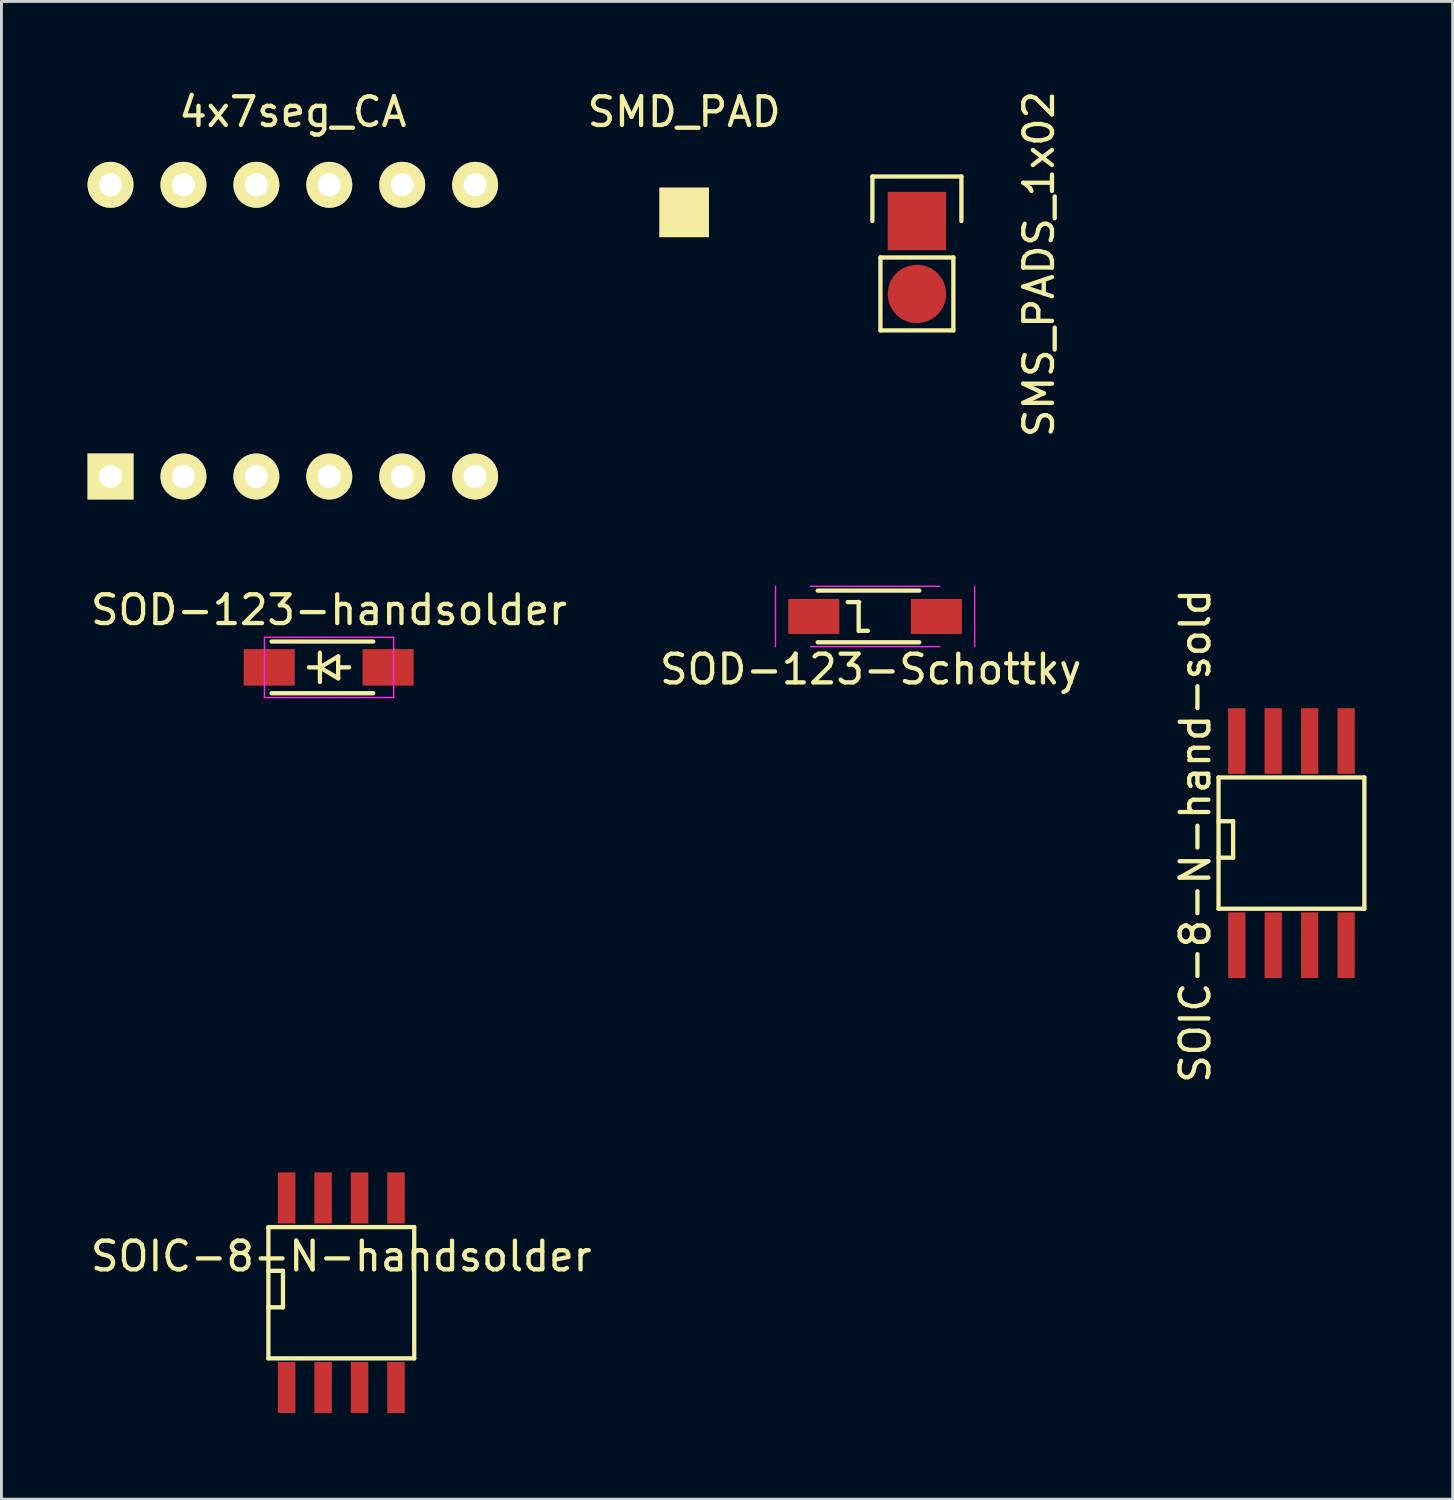
<source format=kicad_pcb>
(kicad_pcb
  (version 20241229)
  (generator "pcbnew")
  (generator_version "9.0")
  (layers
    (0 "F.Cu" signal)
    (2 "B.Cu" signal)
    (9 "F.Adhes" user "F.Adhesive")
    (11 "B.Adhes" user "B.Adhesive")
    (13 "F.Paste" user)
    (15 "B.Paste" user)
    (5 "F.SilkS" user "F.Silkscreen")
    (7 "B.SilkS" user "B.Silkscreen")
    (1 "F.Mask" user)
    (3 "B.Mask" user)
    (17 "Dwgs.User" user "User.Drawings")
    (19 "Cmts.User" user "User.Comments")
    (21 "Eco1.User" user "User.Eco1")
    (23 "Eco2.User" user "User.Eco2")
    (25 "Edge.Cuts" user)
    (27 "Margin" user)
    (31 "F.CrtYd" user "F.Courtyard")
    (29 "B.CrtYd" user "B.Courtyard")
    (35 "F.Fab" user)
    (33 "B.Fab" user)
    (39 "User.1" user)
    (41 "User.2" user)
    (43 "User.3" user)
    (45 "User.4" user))
  (footprint "SOIC-8-N-hand-sold"
    (layer "F.Cu")
    (at 41.936 26.318)
    (property "Reference" "SOIC-8-N-hand-sold" (at -3.35 -0.25 90) (layer "F.SilkS") (effects (font (size 1 1) (thickness 0.15))))
    (attr smd)
    (fp_line (start -2.54 -2.286) (end 2.54 -2.286) (stroke (width 0.15) (type solid)) (layer "F.SilkS"))
    (fp_line (start -2.54 -0.762) (end -2.032 -0.762) (stroke (width 0.15) (type solid)) (layer "F.SilkS"))
    (fp_line (start -2.54 2.286) (end -2.54 -2.286) (stroke (width 0.15) (type solid)) (layer "F.SilkS"))
    (fp_line (start -2.032 -0.762) (end -2.032 0.508) (stroke (width 0.15) (type solid)) (layer "F.SilkS"))
    (fp_line (start -2.032 0.508) (end -2.54 0.508) (stroke (width 0.15) (type solid)) (layer "F.SilkS"))
    (fp_line (start 2.54 -2.286) (end 2.54 2.286) (stroke (width 0.15) (type solid)) (layer "F.SilkS"))
    (fp_line (start 2.54 2.286) (end -2.54 2.286) (stroke (width 0.15) (type solid)) (layer "F.SilkS"))
    (pad "1" smd rect (at -1.905 3.556) (size 0.6 2.286) (layers "F.Cu" "F.Mask" "F.Paste"))
    (pad "2" smd rect (at -0.635 3.556) (size 0.6 2.286) (layers "F.Cu" "F.Mask" "F.Paste"))
    (pad "3" smd rect (at 0.635 3.556) (size 0.6 2.286) (layers "F.Cu" "F.Mask" "F.Paste"))
    (pad "4" smd rect (at 1.905 3.556) (size 0.6 2.286) (layers "F.Cu" "F.Mask" "F.Paste"))
    (pad "5" smd rect (at 1.905 -3.556) (size 0.6 2.286) (layers "F.Cu" "F.Mask" "F.Paste"))
    (pad "6" smd rect (at 0.635 -3.556) (size 0.6 2.286) (layers "F.Cu" "F.Mask" "F.Paste"))
    (pad "7" smd rect (at -0.635 -3.556) (size 0.6 2.286) (layers "F.Cu" "F.Mask" "F.Paste"))
    (pad "8" smd rect (at -1.905 -3.556) (size 0.6 2.286) (layers "F.Cu" "F.Mask" "F.Paste")))
  (footprint "SMS_PADS_1x02"
    (layer "F.Cu")
    (at 28.889 4.649)
    (property "Reference" "SMS_PADS_1x02" (at 4.25 1.5 270) (layer "F.SilkS") (effects (font (size 1 1) (thickness 0.15))))
    (attr through_hole)
    (fp_line (start -1.55 -1.55) (end 1.55 -1.55) (stroke (width 0.15) (type solid)) (layer "F.SilkS"))
    (fp_line (start -1.55 0) (end -1.55 -1.55) (stroke (width 0.15) (type solid)) (layer "F.SilkS"))
    (fp_line (start -1.27 1.27) (end -1.27 3.81) (stroke (width 0.15) (type solid)) (layer "F.SilkS"))
    (fp_line (start -1.27 3.81) (end 1.27 3.81) (stroke (width 0.15) (type solid)) (layer "F.SilkS"))
    (fp_line (start 1.27 1.27) (end -1.27 1.27) (stroke (width 0.15) (type solid)) (layer "F.SilkS"))
    (fp_line (start 1.27 1.27) (end 1.27 3.81) (stroke (width 0.15) (type solid)) (layer "F.SilkS"))
    (fp_line (start 1.55 -1.55) (end 1.55 0) (stroke (width 0.15) (type solid)) (layer "F.SilkS"))
    (pad "1" smd rect (at 0 0) (size 2.032 2.032) (layers "F.Cu" "F.Mask" "F.Paste"))
    (pad "2" smd oval (at 0 2.54) (size 2.032 2.032) (layers "F.Cu" "F.Mask" "F.Paste")))
  (footprint "SOD-123-handsolder"
    (layer "F.Cu")
    (at 8.411 20.197)
    (property "Reference" "SOD-123-handsolder" (at 0 -2 0) (layer "F.SilkS") (effects (font (size 1 1) (thickness 0.15))))
    (attr smd)
    (fp_line (start -2 -0.9) (end 1.54 -0.9) (stroke (width 0.15) (type solid)) (layer "F.SilkS"))
    (fp_line (start -2 0.9) (end 1.54 0.9) (stroke (width 0.15) (type solid)) (layer "F.SilkS"))
    (fp_line (start -0.699 0) (end -0.318 0) (stroke (width 0.15) (type solid)) (layer "F.SilkS"))
    (fp_line (start -0.318 -0.508) (end -0.318 0.508) (stroke (width 0.15) (type solid)) (layer "F.SilkS"))
    (fp_line (start -0.318 0) (end 0.318 -0.381) (stroke (width 0.15) (type solid)) (layer "F.SilkS"))
    (fp_line (start 0.318 -0.381) (end 0.318 0.381) (stroke (width 0.15) (type solid)) (layer "F.SilkS"))
    (fp_line (start 0.318 0) (end 0.699 0) (stroke (width 0.15) (type solid)) (layer "F.SilkS"))
    (fp_line (start 0.318 0.381) (end -0.318 0) (stroke (width 0.15) (type solid)) (layer "F.SilkS"))
    (fp_line (start -2.25 -1.05) (end -2.25 1.05) (stroke (width 0.05) (type solid)) (layer "F.CrtYd"))
    (fp_line (start -2.25 -1.05) (end 2.25 -1.05) (stroke (width 0.05) (type solid)) (layer "F.CrtYd"))
    (fp_line (start 2.25 -1.05) (end 2.25 1.05) (stroke (width 0.05) (type solid)) (layer "F.CrtYd"))
    (fp_line (start 2.25 1.05) (end -2.25 1.05) (stroke (width 0.05) (type solid)) (layer "F.CrtYd"))
    (pad "1" smd rect (at -2.083 0) (size 1.778 1.27) (layers "F.Cu" "F.Mask" "F.Paste"))
    (pad "2" smd rect (at 2.057 0) (size 1.778 1.27) (layers "F.Cu" "F.Mask" "F.Paste")))
  (footprint "SOD-123-Schottky"
    (layer "F.Cu")
    (at 27.432 18.423)
    (property "Reference" "SOD-123-Schottky" (at -0.152 1.841 0) (layer "F.SilkS") (effects (font (size 1 1) (thickness 0.15))))
    (attr smd)
    (fp_line (start -2 -0.9) (end 1.54 -0.9) (stroke (width 0.15) (type solid)) (layer "F.SilkS"))
    (fp_line (start -2 0.9) (end 1.54 0.9) (stroke (width 0.15) (type solid)) (layer "F.SilkS"))
    (fp_line (start -0.572 -0.508) (end -0.572 0.508) (stroke (width 0.15) (type solid)) (layer "F.SilkS"))
    (fp_line (start -0.554 -0.5) (end -0.954 -0.5) (stroke (width 0.15) (type solid)) (layer "F.SilkS"))
    (fp_line (start -0.554 0.5) (end -0.254 0.5) (stroke (width 0.15) (type solid)) (layer "F.SilkS"))
    (fp_line (start -3.469 -1.05) (end -3.469 1.05) (stroke (width 0.05) (type solid)) (layer "F.CrtYd"))
    (fp_line (start -2.25 -1.05) (end 2.25 -1.05) (stroke (width 0.05) (type solid)) (layer "F.CrtYd"))
    (fp_line (start 2.25 1.05) (end -2.25 1.05) (stroke (width 0.05) (type solid)) (layer "F.CrtYd"))
    (fp_line (start 3.469 -1.05) (end 3.469 1.05) (stroke (width 0.05) (type solid)) (layer "F.CrtYd"))
    (pad "1" smd rect (at -2.134 0) (size 1.778 1.219) (layers "F.Cu" "F.Mask" "F.Paste"))
    (pad "2" smd rect (at 2.134 0) (size 1.778 1.219) (layers "F.Cu" "F.Mask" "F.Paste")))
  (footprint "4x7seg_CA"
    (layer "F.Cu")
    (at 0.8 13.548)
    (property "Reference" "4x7seg_CA" (at 6.35 -12.7 0) (layer "F.SilkS") (effects (font (size 1 1) (thickness 0.15))))
    (attr through_hole)
    (pad "1" thru_hole rect (at 0 0) (size 1.6 1.6) (drill 0.8) (layers "*.Cu" "*.Mask" "F.SilkS"))
    (pad "2" thru_hole circle (at 2.54 0) (size 1.6 1.6) (drill 0.8) (layers "*.Cu" "*.Mask" "F.SilkS"))
    (pad "3" thru_hole circle (at 5.08 0) (size 1.6 1.6) (drill 0.8) (layers "*.Cu" "*.Mask" "F.SilkS"))
    (pad "4" thru_hole circle (at 7.62 0) (size 1.6 1.6) (drill 0.8) (layers "*.Cu" "*.Mask" "F.SilkS"))
    (pad "5" thru_hole circle (at 10.16 0) (size 1.6 1.6) (drill 0.8) (layers "*.Cu" "*.Mask" "F.SilkS"))
    (pad "6" thru_hole circle (at 12.7 0) (size 1.6 1.6) (drill 0.8) (layers "*.Cu" "*.Mask" "F.SilkS"))
    (pad "7" thru_hole circle (at 12.7 -10.16) (size 1.6 1.6) (drill 0.8) (layers "*.Cu" "*.Mask" "F.SilkS"))
    (pad "8" thru_hole circle (at 10.16 -10.16) (size 1.6 1.6) (drill 0.8) (layers "*.Cu" "*.Mask" "F.SilkS"))
    (pad "9" thru_hole circle (at 7.62 -10.16) (size 1.6 1.6) (drill 0.8) (layers "*.Cu" "*.Mask" "F.SilkS"))
    (pad "10" thru_hole circle (at 5.08 -10.16) (size 1.6 1.6) (drill 0.8) (layers "*.Cu" "*.Mask" "F.SilkS"))
    (pad "11" thru_hole circle (at 2.54 -10.16) (size 1.6 1.6) (drill 0.8) (layers "*.Cu" "*.Mask" "F.SilkS"))
    (pad "12" thru_hole circle (at 0 -10.16) (size 1.6 1.6) (drill 0.8) (layers "*.Cu" "*.Mask" "F.SilkS")))
  (footprint "SMD_PAD"
    (layer "F.Cu")
    (at 20.782 4.348)
    (property "Reference" "SMD_PAD" (at 0 -3.5 0) (layer "F.SilkS") (effects (font (size 1 1) (thickness 0.15))))
    (attr through_hole)
    (pad "1" smd rect (at 0 0) (size 1.727 1.727) (layers "F.Cu" "F.Mask" "F.SilkS" "F.Paste")))
  (footprint "SOIC-8-N-handsolder"
    (layer "F.Cu")
    (at 8.839 41.98)
    (property "Reference" "SOIC-8-N-handsolder" (at 0 -1.27 0) (layer "F.SilkS") (effects (font (size 1 1) (thickness 0.15))))
    (attr smd)
    (fp_line (start -2.54 -2.286) (end 2.54 -2.286) (stroke (width 0.15) (type solid)) (layer "F.SilkS"))
    (fp_line (start -2.54 -0.762) (end -2.032 -0.762) (stroke (width 0.15) (type solid)) (layer "F.SilkS"))
    (fp_line (start -2.54 2.286) (end -2.54 -2.286) (stroke (width 0.15) (type solid)) (layer "F.SilkS"))
    (fp_line (start -2.032 -0.762) (end -2.032 0.508) (stroke (width 0.15) (type solid)) (layer "F.SilkS"))
    (fp_line (start -2.032 0.508) (end -2.54 0.508) (stroke (width 0.15) (type solid)) (layer "F.SilkS"))
    (fp_line (start 2.54 -2.286) (end 2.54 2.286) (stroke (width 0.15) (type solid)) (layer "F.SilkS"))
    (fp_line (start 2.54 2.286) (end -2.54 2.286) (stroke (width 0.15) (type solid)) (layer "F.SilkS"))
    (pad "1" smd rect (at -1.905 3.302) (size 0.61 1.778) (layers "F.Cu" "F.Mask" "F.Paste"))
    (pad "2" smd rect (at -0.635 3.302) (size 0.61 1.778) (layers "F.Cu" "F.Mask" "F.Paste"))
    (pad "3" smd rect (at 0.635 3.302) (size 0.61 1.778) (layers "F.Cu" "F.Mask" "F.Paste"))
    (pad "4" smd rect (at 1.905 3.302) (size 0.61 1.778) (layers "F.Cu" "F.Mask" "F.Paste"))
    (pad "5" smd rect (at 1.905 -3.302) (size 0.61 1.778) (layers "F.Cu" "F.Mask" "F.Paste"))
    (pad "6" smd rect (at 0.635 -3.302) (size 0.61 1.778) (layers "F.Cu" "F.Mask" "F.Paste"))
    (pad "7" smd rect (at -0.635 -3.302) (size 0.61 1.778) (layers "F.Cu" "F.Mask" "F.Paste"))
    (pad "8" smd rect (at -1.905 -3.302) (size 0.61 1.778) (layers "F.Cu" "F.Mask" "F.Paste")))
  (gr_rect
    (start -3 -3)
    (end 47.551 49.171)
    (stroke (width 0.1) (type default))
    (fill no)
    (layer "Edge.Cuts")))
</source>
